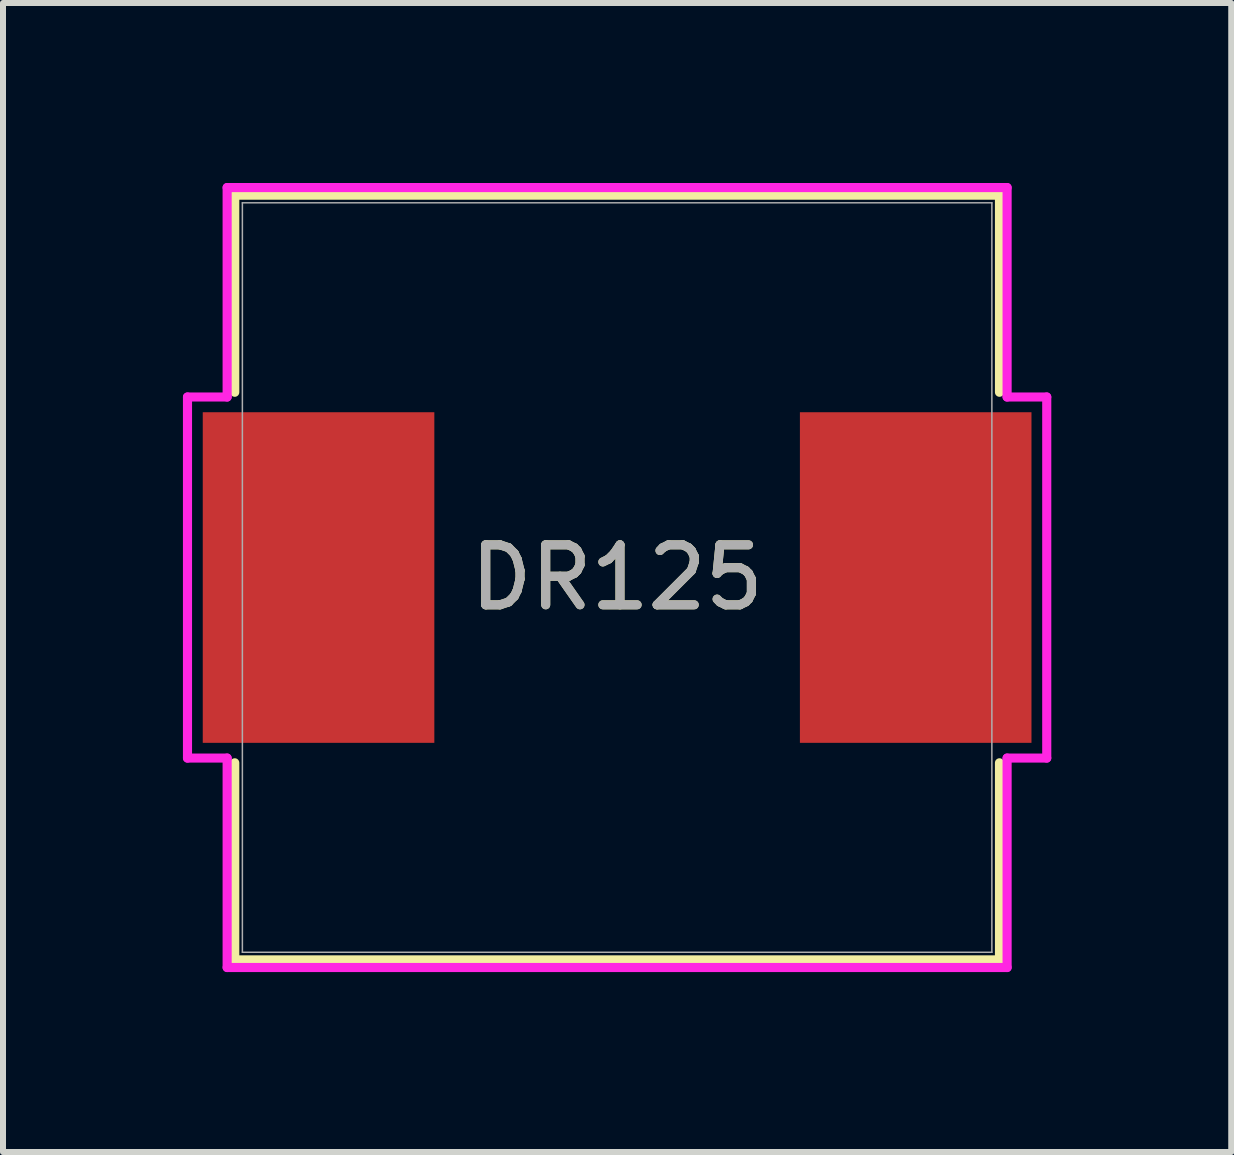
<source format=kicad_pcb>
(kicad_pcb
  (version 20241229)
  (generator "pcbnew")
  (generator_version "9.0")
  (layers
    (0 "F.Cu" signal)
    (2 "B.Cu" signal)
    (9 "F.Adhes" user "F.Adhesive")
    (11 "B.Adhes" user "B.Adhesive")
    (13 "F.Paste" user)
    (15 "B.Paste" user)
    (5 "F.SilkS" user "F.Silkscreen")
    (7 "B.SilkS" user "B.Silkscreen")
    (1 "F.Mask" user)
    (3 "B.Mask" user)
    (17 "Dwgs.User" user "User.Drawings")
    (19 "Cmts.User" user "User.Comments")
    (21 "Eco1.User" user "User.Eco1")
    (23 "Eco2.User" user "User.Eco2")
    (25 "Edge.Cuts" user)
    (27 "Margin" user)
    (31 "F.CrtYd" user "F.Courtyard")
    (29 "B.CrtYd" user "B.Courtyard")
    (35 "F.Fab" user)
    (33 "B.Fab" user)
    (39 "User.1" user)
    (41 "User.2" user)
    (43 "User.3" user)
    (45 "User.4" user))
  (footprint "DR125"
    (layer "F.Cu")
    (at 7.239 6.579)
    (property "Reference" "DR125" (at 0 0 0) (unlocked yes) (layer "F.SilkS") (effects (font (size 1 1) (thickness 0.15))))
    (attr smd)
    (fp_line (start -6.375 -6.375) (end -6.375 -3.089) (stroke (width 0.152) (type solid)) (layer "F.SilkS"))
    (fp_line (start -6.375 3.089) (end -6.375 6.375) (stroke (width 0.152) (type solid)) (layer "F.SilkS"))
    (fp_line (start -6.375 6.375) (end 6.375 6.375) (stroke (width 0.152) (type solid)) (layer "F.SilkS"))
    (fp_line (start 6.375 -6.375) (end -6.375 -6.375) (stroke (width 0.152) (type solid)) (layer "F.SilkS"))
    (fp_line (start 6.375 -3.089) (end 6.375 -6.375) (stroke (width 0.152) (type solid)) (layer "F.SilkS"))
    (fp_line (start 6.375 6.375) (end 6.375 3.089) (stroke (width 0.152) (type solid)) (layer "F.SilkS"))
    (fp_line (start -7.163 -3.01) (end -6.502 -3.01) (stroke (width 0.152) (type solid)) (layer "F.CrtYd"))
    (fp_line (start -7.163 3.01) (end -7.163 -3.01) (stroke (width 0.152) (type solid)) (layer "F.CrtYd"))
    (fp_line (start -7.163 3.01) (end -6.502 3.01) (stroke (width 0.152) (type solid)) (layer "F.CrtYd"))
    (fp_line (start -6.502 -6.502) (end 6.502 -6.502) (stroke (width 0.152) (type solid)) (layer "F.CrtYd"))
    (fp_line (start -6.502 -3.01) (end -6.502 -6.502) (stroke (width 0.152) (type solid)) (layer "F.CrtYd"))
    (fp_line (start -6.502 3.01) (end -6.502 6.502) (stroke (width 0.152) (type solid)) (layer "F.CrtYd"))
    (fp_line (start -6.502 6.502) (end 6.502 6.502) (stroke (width 0.152) (type solid)) (layer "F.CrtYd"))
    (fp_line (start 6.502 -6.502) (end 6.502 -3.01) (stroke (width 0.152) (type solid)) (layer "F.CrtYd"))
    (fp_line (start 6.502 -3.01) (end 7.163 -3.01) (stroke (width 0.152) (type solid)) (layer "F.CrtYd"))
    (fp_line (start 6.502 3.01) (end 7.163 3.01) (stroke (width 0.152) (type solid)) (layer "F.CrtYd"))
    (fp_line (start 6.502 6.502) (end 6.502 3.01) (stroke (width 0.152) (type solid)) (layer "F.CrtYd"))
    (fp_line (start 7.163 -3.01) (end 7.163 3.01) (stroke (width 0.152) (type solid)) (layer "F.CrtYd"))
    (fp_line (start -6.248 -6.248) (end -6.248 6.248) (stroke (width 0.025) (type solid)) (layer "F.Fab"))
    (fp_line (start -6.248 6.248) (end 6.248 6.248) (stroke (width 0.025) (type solid)) (layer "F.Fab"))
    (fp_line (start 6.248 -6.248) (end -6.248 -6.248) (stroke (width 0.025) (type solid)) (layer "F.Fab"))
    (fp_line (start 6.248 6.248) (end 6.248 -6.248) (stroke (width 0.025) (type solid)) (layer "F.Fab"))
    (fp_text user "${REFERENCE}" (at 0 0 0) (unlocked yes) (layer "F.Fab") (effects (font (size 1 1) (thickness 0.15))))
    (pad "1" smd rect (at -4.978 0) (size 3.861 5.512) (layers "F.Cu" "F.Mask" "F.Paste"))
    (pad "2" smd rect (at 4.978 0) (size 3.861 5.512) (layers "F.Cu" "F.Mask" "F.Paste"))
    (zone (net_name "") (layer "F.Cu") (hatch full 0.508) (connect_pads) (min_thickness 0.254) (filled_areas_thickness no) (keepout (tracks not_allowed) (vias not_allowed) (pads allowed) (copperpour not_allowed) (footprints allowed)) (placement (enabled no)) (fill) (polygon (pts (xy 4.242 0.381) (xy 10.236 0.381) (xy 10.236 12.776) (xy 4.242 12.776)))))
  (gr_rect
    (start -3 -3)
    (end 17.478 16.157)
    (stroke (width 0.1) (type default))
    (fill no)
    (layer "Edge.Cuts")))
</source>
